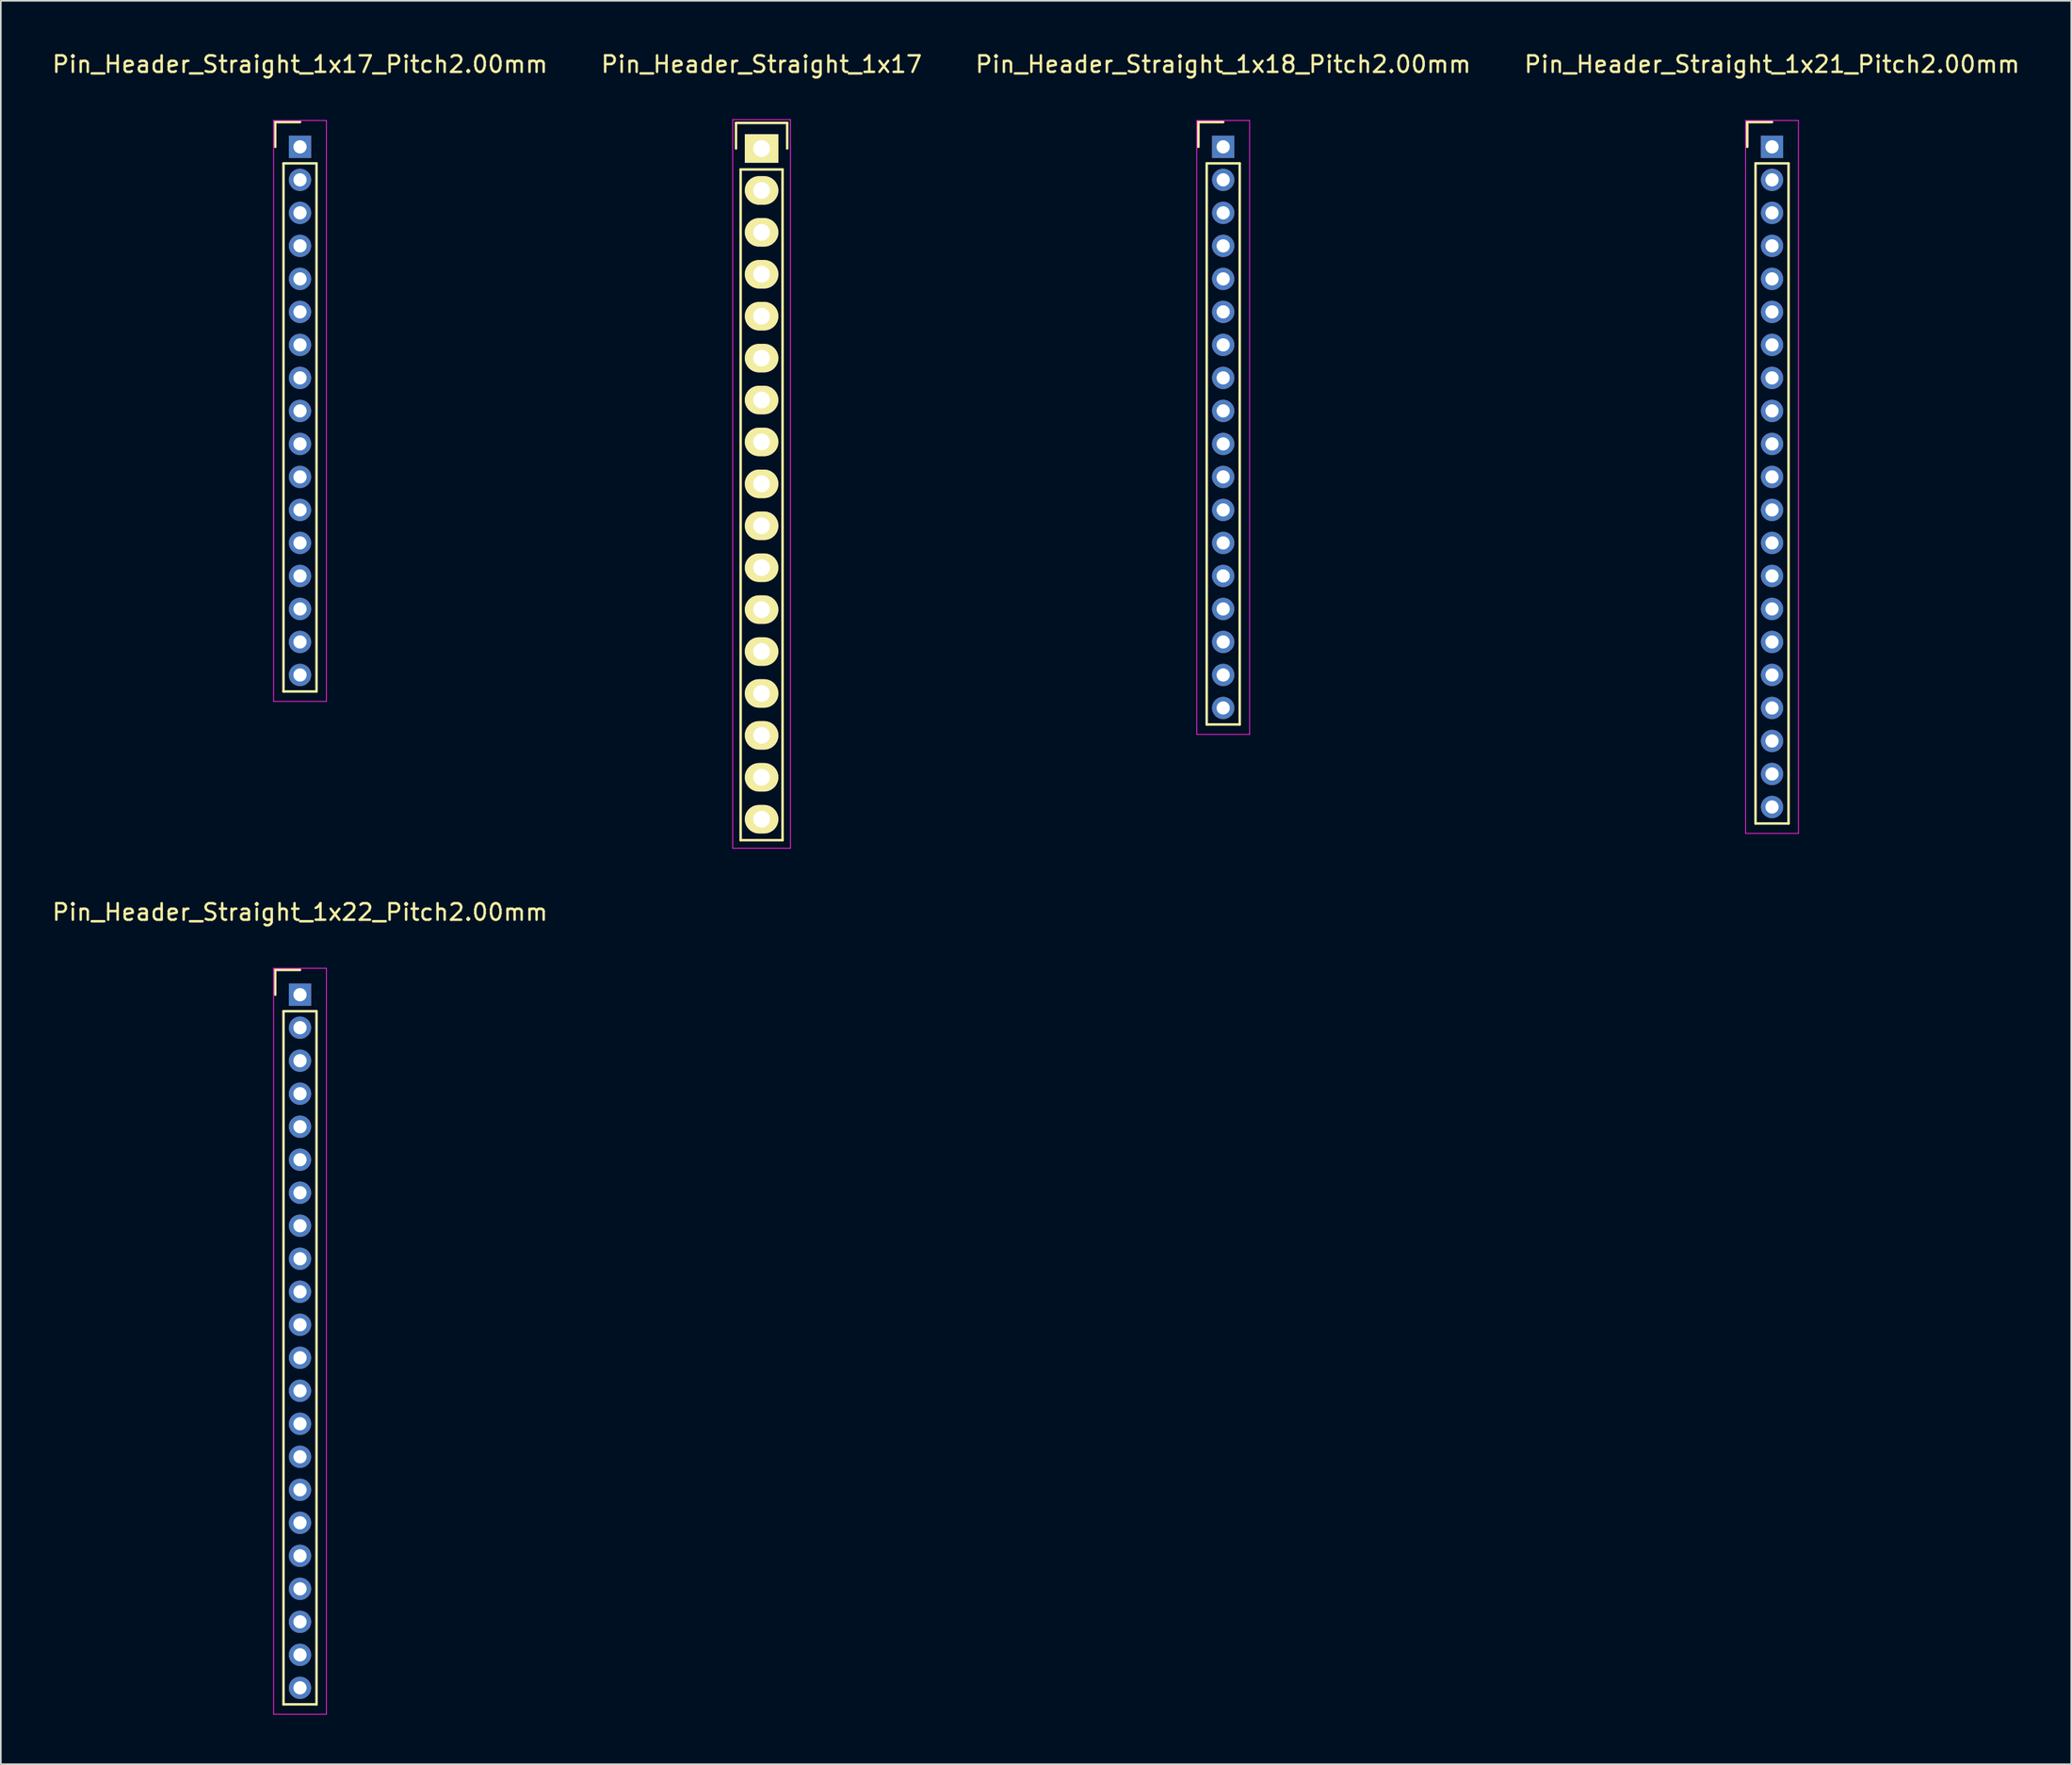
<source format=kicad_pcb>
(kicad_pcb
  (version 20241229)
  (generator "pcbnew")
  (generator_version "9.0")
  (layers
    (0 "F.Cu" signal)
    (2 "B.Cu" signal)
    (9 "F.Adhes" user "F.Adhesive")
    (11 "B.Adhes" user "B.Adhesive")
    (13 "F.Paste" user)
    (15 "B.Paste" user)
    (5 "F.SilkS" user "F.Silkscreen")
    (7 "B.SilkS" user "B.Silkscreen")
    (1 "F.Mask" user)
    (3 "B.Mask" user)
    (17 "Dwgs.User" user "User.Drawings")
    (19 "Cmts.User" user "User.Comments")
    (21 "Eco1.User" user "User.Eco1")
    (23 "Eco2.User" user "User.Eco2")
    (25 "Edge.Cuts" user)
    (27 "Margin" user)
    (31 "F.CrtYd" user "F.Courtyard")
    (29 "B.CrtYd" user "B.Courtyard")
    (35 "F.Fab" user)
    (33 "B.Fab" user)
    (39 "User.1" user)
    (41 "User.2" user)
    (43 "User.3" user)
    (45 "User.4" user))
  (footprint "Pin_Header_Straight_1x18_Pitch2.00mm"
    (layer "F.Cu")
    (at 71.054 5.848)
    (property "Reference" "Pin_Header_Straight_1x18_Pitch2.00mm" (at 0 -5 0) (layer "F.SilkS") (effects (font (size 1 1) (thickness 0.15))))
    (attr through_hole)
    (fp_line (start -1.5 -1.5) (end 0 -1.5) (stroke (width 0.15) (type solid)) (layer "F.SilkS"))
    (fp_line (start -1.5 0) (end -1.5 -1.5) (stroke (width 0.15) (type solid)) (layer "F.SilkS"))
    (fp_line (start -1 1) (end 1 1) (stroke (width 0.15) (type solid)) (layer "F.SilkS"))
    (fp_line (start -1 35) (end -1 1) (stroke (width 0.15) (type solid)) (layer "F.SilkS"))
    (fp_line (start 1 1) (end 1 35) (stroke (width 0.15) (type solid)) (layer "F.SilkS"))
    (fp_line (start 1 35) (end -1 35) (stroke (width 0.15) (type solid)) (layer "F.SilkS"))
    (fp_line (start -1.6 -1.6) (end 1.6 -1.6) (stroke (width 0.05) (type solid)) (layer "F.CrtYd"))
    (fp_line (start -1.6 35.6) (end -1.6 -1.6) (stroke (width 0.05) (type solid)) (layer "F.CrtYd"))
    (fp_line (start 1.6 -1.6) (end 1.6 35.6) (stroke (width 0.05) (type solid)) (layer "F.CrtYd"))
    (fp_line (start 1.6 35.6) (end -1.6 35.6) (stroke (width 0.05) (type solid)) (layer "F.CrtYd"))
    (pad "1" thru_hole rect (at 0 0) (size 1.35 1.35) (drill 0.8) (layers "*.Cu" "*.Mask"))
    (pad "2" thru_hole circle (at 0 2) (size 1.35 1.35) (drill 0.8) (layers "*.Cu" "*.Mask"))
    (pad "3" thru_hole circle (at 0 4) (size 1.35 1.35) (drill 0.8) (layers "*.Cu" "*.Mask"))
    (pad "4" thru_hole circle (at 0 6) (size 1.35 1.35) (drill 0.8) (layers "*.Cu" "*.Mask"))
    (pad "5" thru_hole circle (at 0 8) (size 1.35 1.35) (drill 0.8) (layers "*.Cu" "*.Mask"))
    (pad "6" thru_hole circle (at 0 10) (size 1.35 1.35) (drill 0.8) (layers "*.Cu" "*.Mask"))
    (pad "7" thru_hole circle (at 0 12) (size 1.35 1.35) (drill 0.8) (layers "*.Cu" "*.Mask"))
    (pad "8" thru_hole circle (at 0 14) (size 1.35 1.35) (drill 0.8) (layers "*.Cu" "*.Mask"))
    (pad "9" thru_hole circle (at 0 16) (size 1.35 1.35) (drill 0.8) (layers "*.Cu" "*.Mask"))
    (pad "10" thru_hole circle (at 0 18) (size 1.35 1.35) (drill 0.8) (layers "*.Cu" "*.Mask"))
    (pad "11" thru_hole circle (at 0 20) (size 1.35 1.35) (drill 0.8) (layers "*.Cu" "*.Mask"))
    (pad "12" thru_hole circle (at 0 22) (size 1.35 1.35) (drill 0.8) (layers "*.Cu" "*.Mask"))
    (pad "13" thru_hole circle (at 0 24) (size 1.35 1.35) (drill 0.8) (layers "*.Cu" "*.Mask"))
    (pad "14" thru_hole circle (at 0 26) (size 1.35 1.35) (drill 0.8) (layers "*.Cu" "*.Mask"))
    (pad "15" thru_hole circle (at 0 28) (size 1.35 1.35) (drill 0.8) (layers "*.Cu" "*.Mask"))
    (pad "16" thru_hole circle (at 0 30) (size 1.35 1.35) (drill 0.8) (layers "*.Cu" "*.Mask"))
    (pad "17" thru_hole circle (at 0 32) (size 1.35 1.35) (drill 0.8) (layers "*.Cu" "*.Mask"))
    (pad "18" thru_hole circle (at 0 34) (size 1.35 1.35) (drill 0.8) (layers "*.Cu" "*.Mask")))
  (footprint "Pin_Header_Straight_1x17_Pitch2.00mm"
    (layer "F.Cu")
    (at 15.125 5.848)
    (property "Reference" "Pin_Header_Straight_1x17_Pitch2.00mm" (at 0 -5 0) (layer "F.SilkS") (effects (font (size 1 1) (thickness 0.15))))
    (attr through_hole)
    (fp_line (start -1.5 -1.5) (end 0 -1.5) (stroke (width 0.15) (type solid)) (layer "F.SilkS"))
    (fp_line (start -1.5 0) (end -1.5 -1.5) (stroke (width 0.15) (type solid)) (layer "F.SilkS"))
    (fp_line (start -1 1) (end 1 1) (stroke (width 0.15) (type solid)) (layer "F.SilkS"))
    (fp_line (start -1 33) (end -1 1) (stroke (width 0.15) (type solid)) (layer "F.SilkS"))
    (fp_line (start 1 1) (end 1 33) (stroke (width 0.15) (type solid)) (layer "F.SilkS"))
    (fp_line (start 1 33) (end -1 33) (stroke (width 0.15) (type solid)) (layer "F.SilkS"))
    (fp_line (start -1.6 -1.6) (end 1.6 -1.6) (stroke (width 0.05) (type solid)) (layer "F.CrtYd"))
    (fp_line (start -1.6 33.6) (end -1.6 -1.6) (stroke (width 0.05) (type solid)) (layer "F.CrtYd"))
    (fp_line (start 1.6 -1.6) (end 1.6 33.6) (stroke (width 0.05) (type solid)) (layer "F.CrtYd"))
    (fp_line (start 1.6 33.6) (end -1.6 33.6) (stroke (width 0.05) (type solid)) (layer "F.CrtYd"))
    (pad "1" thru_hole rect (at 0 0) (size 1.35 1.35) (drill 0.8) (layers "*.Cu" "*.Mask"))
    (pad "2" thru_hole circle (at 0 2) (size 1.35 1.35) (drill 0.8) (layers "*.Cu" "*.Mask"))
    (pad "3" thru_hole circle (at 0 4) (size 1.35 1.35) (drill 0.8) (layers "*.Cu" "*.Mask"))
    (pad "4" thru_hole circle (at 0 6) (size 1.35 1.35) (drill 0.8) (layers "*.Cu" "*.Mask"))
    (pad "5" thru_hole circle (at 0 8) (size 1.35 1.35) (drill 0.8) (layers "*.Cu" "*.Mask"))
    (pad "6" thru_hole circle (at 0 10) (size 1.35 1.35) (drill 0.8) (layers "*.Cu" "*.Mask"))
    (pad "7" thru_hole circle (at 0 12) (size 1.35 1.35) (drill 0.8) (layers "*.Cu" "*.Mask"))
    (pad "8" thru_hole circle (at 0 14) (size 1.35 1.35) (drill 0.8) (layers "*.Cu" "*.Mask"))
    (pad "9" thru_hole circle (at 0 16) (size 1.35 1.35) (drill 0.8) (layers "*.Cu" "*.Mask"))
    (pad "10" thru_hole circle (at 0 18) (size 1.35 1.35) (drill 0.8) (layers "*.Cu" "*.Mask"))
    (pad "11" thru_hole circle (at 0 20) (size 1.35 1.35) (drill 0.8) (layers "*.Cu" "*.Mask"))
    (pad "12" thru_hole circle (at 0 22) (size 1.35 1.35) (drill 0.8) (layers "*.Cu" "*.Mask"))
    (pad "13" thru_hole circle (at 0 24) (size 1.35 1.35) (drill 0.8) (layers "*.Cu" "*.Mask"))
    (pad "14" thru_hole circle (at 0 26) (size 1.35 1.35) (drill 0.8) (layers "*.Cu" "*.Mask"))
    (pad "15" thru_hole circle (at 0 28) (size 1.35 1.35) (drill 0.8) (layers "*.Cu" "*.Mask"))
    (pad "16" thru_hole circle (at 0 30) (size 1.35 1.35) (drill 0.8) (layers "*.Cu" "*.Mask"))
    (pad "17" thru_hole circle (at 0 32) (size 1.35 1.35) (drill 0.8) (layers "*.Cu" "*.Mask")))
  (footprint "Pin_Header_Straight_1x22_Pitch2.00mm"
    (layer "F.Cu")
    (at 15.125 57.221)
    (property "Reference" "Pin_Header_Straight_1x22_Pitch2.00mm" (at 0 -5 0) (layer "F.SilkS") (effects (font (size 1 1) (thickness 0.15))))
    (attr through_hole)
    (fp_line (start -1.5 -1.5) (end 0 -1.5) (stroke (width 0.15) (type solid)) (layer "F.SilkS"))
    (fp_line (start -1.5 0) (end -1.5 -1.5) (stroke (width 0.15) (type solid)) (layer "F.SilkS"))
    (fp_line (start -1 1) (end 1 1) (stroke (width 0.15) (type solid)) (layer "F.SilkS"))
    (fp_line (start -1 43) (end -1 1) (stroke (width 0.15) (type solid)) (layer "F.SilkS"))
    (fp_line (start 1 1) (end 1 43) (stroke (width 0.15) (type solid)) (layer "F.SilkS"))
    (fp_line (start 1 43) (end -1 43) (stroke (width 0.15) (type solid)) (layer "F.SilkS"))
    (fp_line (start -1.6 -1.6) (end 1.6 -1.6) (stroke (width 0.05) (type solid)) (layer "F.CrtYd"))
    (fp_line (start -1.6 43.6) (end -1.6 -1.6) (stroke (width 0.05) (type solid)) (layer "F.CrtYd"))
    (fp_line (start 1.6 -1.6) (end 1.6 43.6) (stroke (width 0.05) (type solid)) (layer "F.CrtYd"))
    (fp_line (start 1.6 43.6) (end -1.6 43.6) (stroke (width 0.05) (type solid)) (layer "F.CrtYd"))
    (pad "1" thru_hole rect (at 0 0) (size 1.35 1.35) (drill 0.8) (layers "*.Cu" "*.Mask"))
    (pad "2" thru_hole circle (at 0 2) (size 1.35 1.35) (drill 0.8) (layers "*.Cu" "*.Mask"))
    (pad "3" thru_hole circle (at 0 4) (size 1.35 1.35) (drill 0.8) (layers "*.Cu" "*.Mask"))
    (pad "4" thru_hole circle (at 0 6) (size 1.35 1.35) (drill 0.8) (layers "*.Cu" "*.Mask"))
    (pad "5" thru_hole circle (at 0 8) (size 1.35 1.35) (drill 0.8) (layers "*.Cu" "*.Mask"))
    (pad "6" thru_hole circle (at 0 10) (size 1.35 1.35) (drill 0.8) (layers "*.Cu" "*.Mask"))
    (pad "7" thru_hole circle (at 0 12) (size 1.35 1.35) (drill 0.8) (layers "*.Cu" "*.Mask"))
    (pad "8" thru_hole circle (at 0 14) (size 1.35 1.35) (drill 0.8) (layers "*.Cu" "*.Mask"))
    (pad "9" thru_hole circle (at 0 16) (size 1.35 1.35) (drill 0.8) (layers "*.Cu" "*.Mask"))
    (pad "10" thru_hole circle (at 0 18) (size 1.35 1.35) (drill 0.8) (layers "*.Cu" "*.Mask"))
    (pad "11" thru_hole circle (at 0 20) (size 1.35 1.35) (drill 0.8) (layers "*.Cu" "*.Mask"))
    (pad "12" thru_hole circle (at 0 22) (size 1.35 1.35) (drill 0.8) (layers "*.Cu" "*.Mask"))
    (pad "13" thru_hole circle (at 0 24) (size 1.35 1.35) (drill 0.8) (layers "*.Cu" "*.Mask"))
    (pad "14" thru_hole circle (at 0 26) (size 1.35 1.35) (drill 0.8) (layers "*.Cu" "*.Mask"))
    (pad "15" thru_hole circle (at 0 28) (size 1.35 1.35) (drill 0.8) (layers "*.Cu" "*.Mask"))
    (pad "16" thru_hole circle (at 0 30) (size 1.35 1.35) (drill 0.8) (layers "*.Cu" "*.Mask"))
    (pad "17" thru_hole circle (at 0 32) (size 1.35 1.35) (drill 0.8) (layers "*.Cu" "*.Mask"))
    (pad "18" thru_hole circle (at 0 34) (size 1.35 1.35) (drill 0.8) (layers "*.Cu" "*.Mask"))
    (pad "19" thru_hole circle (at 0 36) (size 1.35 1.35) (drill 0.8) (layers "*.Cu" "*.Mask"))
    (pad "20" thru_hole circle (at 0 38) (size 1.35 1.35) (drill 0.8) (layers "*.Cu" "*.Mask"))
    (pad "21" thru_hole circle (at 0 40) (size 1.35 1.35) (drill 0.8) (layers "*.Cu" "*.Mask"))
    (pad "22" thru_hole circle (at 0 42) (size 1.35 1.35) (drill 0.8) (layers "*.Cu" "*.Mask")))
  (footprint "Pin_Header_Straight_1x21_Pitch2.00mm"
    (layer "F.Cu")
    (at 104.304 5.848)
    (property "Reference" "Pin_Header_Straight_1x21_Pitch2.00mm" (at 0 -5 0) (layer "F.SilkS") (effects (font (size 1 1) (thickness 0.15))))
    (attr through_hole)
    (fp_line (start -1.5 -1.5) (end 0 -1.5) (stroke (width 0.15) (type solid)) (layer "F.SilkS"))
    (fp_line (start -1.5 0) (end -1.5 -1.5) (stroke (width 0.15) (type solid)) (layer "F.SilkS"))
    (fp_line (start -1 1) (end 1 1) (stroke (width 0.15) (type solid)) (layer "F.SilkS"))
    (fp_line (start -1 41) (end -1 1) (stroke (width 0.15) (type solid)) (layer "F.SilkS"))
    (fp_line (start 1 1) (end 1 41) (stroke (width 0.15) (type solid)) (layer "F.SilkS"))
    (fp_line (start 1 41) (end -1 41) (stroke (width 0.15) (type solid)) (layer "F.SilkS"))
    (fp_line (start -1.6 -1.6) (end 1.6 -1.6) (stroke (width 0.05) (type solid)) (layer "F.CrtYd"))
    (fp_line (start -1.6 41.6) (end -1.6 -1.6) (stroke (width 0.05) (type solid)) (layer "F.CrtYd"))
    (fp_line (start 1.6 -1.6) (end 1.6 41.6) (stroke (width 0.05) (type solid)) (layer "F.CrtYd"))
    (fp_line (start 1.6 41.6) (end -1.6 41.6) (stroke (width 0.05) (type solid)) (layer "F.CrtYd"))
    (pad "1" thru_hole rect (at 0 0) (size 1.35 1.35) (drill 0.8) (layers "*.Cu" "*.Mask"))
    (pad "2" thru_hole circle (at 0 2) (size 1.35 1.35) (drill 0.8) (layers "*.Cu" "*.Mask"))
    (pad "3" thru_hole circle (at 0 4) (size 1.35 1.35) (drill 0.8) (layers "*.Cu" "*.Mask"))
    (pad "4" thru_hole circle (at 0 6) (size 1.35 1.35) (drill 0.8) (layers "*.Cu" "*.Mask"))
    (pad "5" thru_hole circle (at 0 8) (size 1.35 1.35) (drill 0.8) (layers "*.Cu" "*.Mask"))
    (pad "6" thru_hole circle (at 0 10) (size 1.35 1.35) (drill 0.8) (layers "*.Cu" "*.Mask"))
    (pad "7" thru_hole circle (at 0 12) (size 1.35 1.35) (drill 0.8) (layers "*.Cu" "*.Mask"))
    (pad "8" thru_hole circle (at 0 14) (size 1.35 1.35) (drill 0.8) (layers "*.Cu" "*.Mask"))
    (pad "9" thru_hole circle (at 0 16) (size 1.35 1.35) (drill 0.8) (layers "*.Cu" "*.Mask"))
    (pad "10" thru_hole circle (at 0 18) (size 1.35 1.35) (drill 0.8) (layers "*.Cu" "*.Mask"))
    (pad "11" thru_hole circle (at 0 20) (size 1.35 1.35) (drill 0.8) (layers "*.Cu" "*.Mask"))
    (pad "12" thru_hole circle (at 0 22) (size 1.35 1.35) (drill 0.8) (layers "*.Cu" "*.Mask"))
    (pad "13" thru_hole circle (at 0 24) (size 1.35 1.35) (drill 0.8) (layers "*.Cu" "*.Mask"))
    (pad "14" thru_hole circle (at 0 26) (size 1.35 1.35) (drill 0.8) (layers "*.Cu" "*.Mask"))
    (pad "15" thru_hole circle (at 0 28) (size 1.35 1.35) (drill 0.8) (layers "*.Cu" "*.Mask"))
    (pad "16" thru_hole circle (at 0 30) (size 1.35 1.35) (drill 0.8) (layers "*.Cu" "*.Mask"))
    (pad "17" thru_hole circle (at 0 32) (size 1.35 1.35) (drill 0.8) (layers "*.Cu" "*.Mask"))
    (pad "18" thru_hole circle (at 0 34) (size 1.35 1.35) (drill 0.8) (layers "*.Cu" "*.Mask"))
    (pad "19" thru_hole circle (at 0 36) (size 1.35 1.35) (drill 0.8) (layers "*.Cu" "*.Mask"))
    (pad "20" thru_hole circle (at 0 38) (size 1.35 1.35) (drill 0.8) (layers "*.Cu" "*.Mask"))
    (pad "21" thru_hole circle (at 0 40) (size 1.35 1.35) (drill 0.8) (layers "*.Cu" "*.Mask")))
  (footprint "Pin_Header_Straight_1x17"
    (layer "F.Cu")
    (at 43.089 5.948)
    (property "Reference" "Pin_Header_Straight_1x17" (at 0 -5.1 0) (layer "F.SilkS") (effects (font (size 1 1) (thickness 0.15))))
    (attr through_hole)
    (fp_line (start -1.55 -1.55) (end 1.55 -1.55) (stroke (width 0.15) (type solid)) (layer "F.SilkS"))
    (fp_line (start -1.55 0) (end -1.55 -1.55) (stroke (width 0.15) (type solid)) (layer "F.SilkS"))
    (fp_line (start -1.27 41.91) (end -1.27 1.27) (stroke (width 0.15) (type solid)) (layer "F.SilkS"))
    (fp_line (start 1.27 1.27) (end -1.27 1.27) (stroke (width 0.15) (type solid)) (layer "F.SilkS"))
    (fp_line (start 1.27 1.27) (end 1.27 41.91) (stroke (width 0.15) (type solid)) (layer "F.SilkS"))
    (fp_line (start 1.27 41.91) (end -1.27 41.91) (stroke (width 0.15) (type solid)) (layer "F.SilkS"))
    (fp_line (start 1.55 -1.55) (end 1.55 0) (stroke (width 0.15) (type solid)) (layer "F.SilkS"))
    (fp_line (start -1.75 -1.75) (end -1.75 42.4) (stroke (width 0.05) (type solid)) (layer "F.CrtYd"))
    (fp_line (start -1.75 -1.75) (end 1.75 -1.75) (stroke (width 0.05) (type solid)) (layer "F.CrtYd"))
    (fp_line (start -1.75 42.4) (end 1.75 42.4) (stroke (width 0.05) (type solid)) (layer "F.CrtYd"))
    (fp_line (start 1.75 -1.75) (end 1.75 42.4) (stroke (width 0.05) (type solid)) (layer "F.CrtYd"))
    (pad "1" thru_hole rect (at 0 0) (size 2.032 1.727) (drill 1.016) (layers "*.Cu" "*.Mask" "F.SilkS"))
    (pad "2" thru_hole oval (at 0 2.54) (size 2.032 1.727) (drill 1.016) (layers "*.Cu" "*.Mask" "F.SilkS"))
    (pad "3" thru_hole oval (at 0 5.08) (size 2.032 1.727) (drill 1.016) (layers "*.Cu" "*.Mask" "F.SilkS"))
    (pad "4" thru_hole oval (at 0 7.62) (size 2.032 1.727) (drill 1.016) (layers "*.Cu" "*.Mask" "F.SilkS"))
    (pad "5" thru_hole oval (at 0 10.16) (size 2.032 1.727) (drill 1.016) (layers "*.Cu" "*.Mask" "F.SilkS"))
    (pad "6" thru_hole oval (at 0 12.7) (size 2.032 1.727) (drill 1.016) (layers "*.Cu" "*.Mask" "F.SilkS"))
    (pad "7" thru_hole oval (at 0 15.24) (size 2.032 1.727) (drill 1.016) (layers "*.Cu" "*.Mask" "F.SilkS"))
    (pad "8" thru_hole oval (at 0 17.78) (size 2.032 1.727) (drill 1.016) (layers "*.Cu" "*.Mask" "F.SilkS"))
    (pad "9" thru_hole oval (at 0 20.32) (size 2.032 1.727) (drill 1.016) (layers "*.Cu" "*.Mask" "F.SilkS"))
    (pad "10" thru_hole oval (at 0 22.86) (size 2.032 1.727) (drill 1.016) (layers "*.Cu" "*.Mask" "F.SilkS"))
    (pad "11" thru_hole oval (at 0 25.4) (size 2.032 1.727) (drill 1.016) (layers "*.Cu" "*.Mask" "F.SilkS"))
    (pad "12" thru_hole oval (at 0 27.94) (size 2.032 1.727) (drill 1.016) (layers "*.Cu" "*.Mask" "F.SilkS"))
    (pad "13" thru_hole oval (at 0 30.48) (size 2.032 1.727) (drill 1.016) (layers "*.Cu" "*.Mask" "F.SilkS"))
    (pad "14" thru_hole oval (at 0 33.02) (size 2.032 1.727) (drill 1.016) (layers "*.Cu" "*.Mask" "F.SilkS"))
    (pad "15" thru_hole oval (at 0 35.56) (size 2.032 1.727) (drill 1.016) (layers "*.Cu" "*.Mask" "F.SilkS"))
    (pad "16" thru_hole oval (at 0 38.1) (size 2.032 1.727) (drill 1.016) (layers "*.Cu" "*.Mask" "F.SilkS"))
    (pad "17" thru_hole oval (at 0 40.64) (size 2.032 1.727) (drill 1.016) (layers "*.Cu" "*.Mask" "F.SilkS")))
  (gr_rect
    (start -3 -3)
    (end 122.429 103.847)
    (stroke (width 0.1) (type default))
    (fill no)
    (layer "Edge.Cuts")))
</source>
